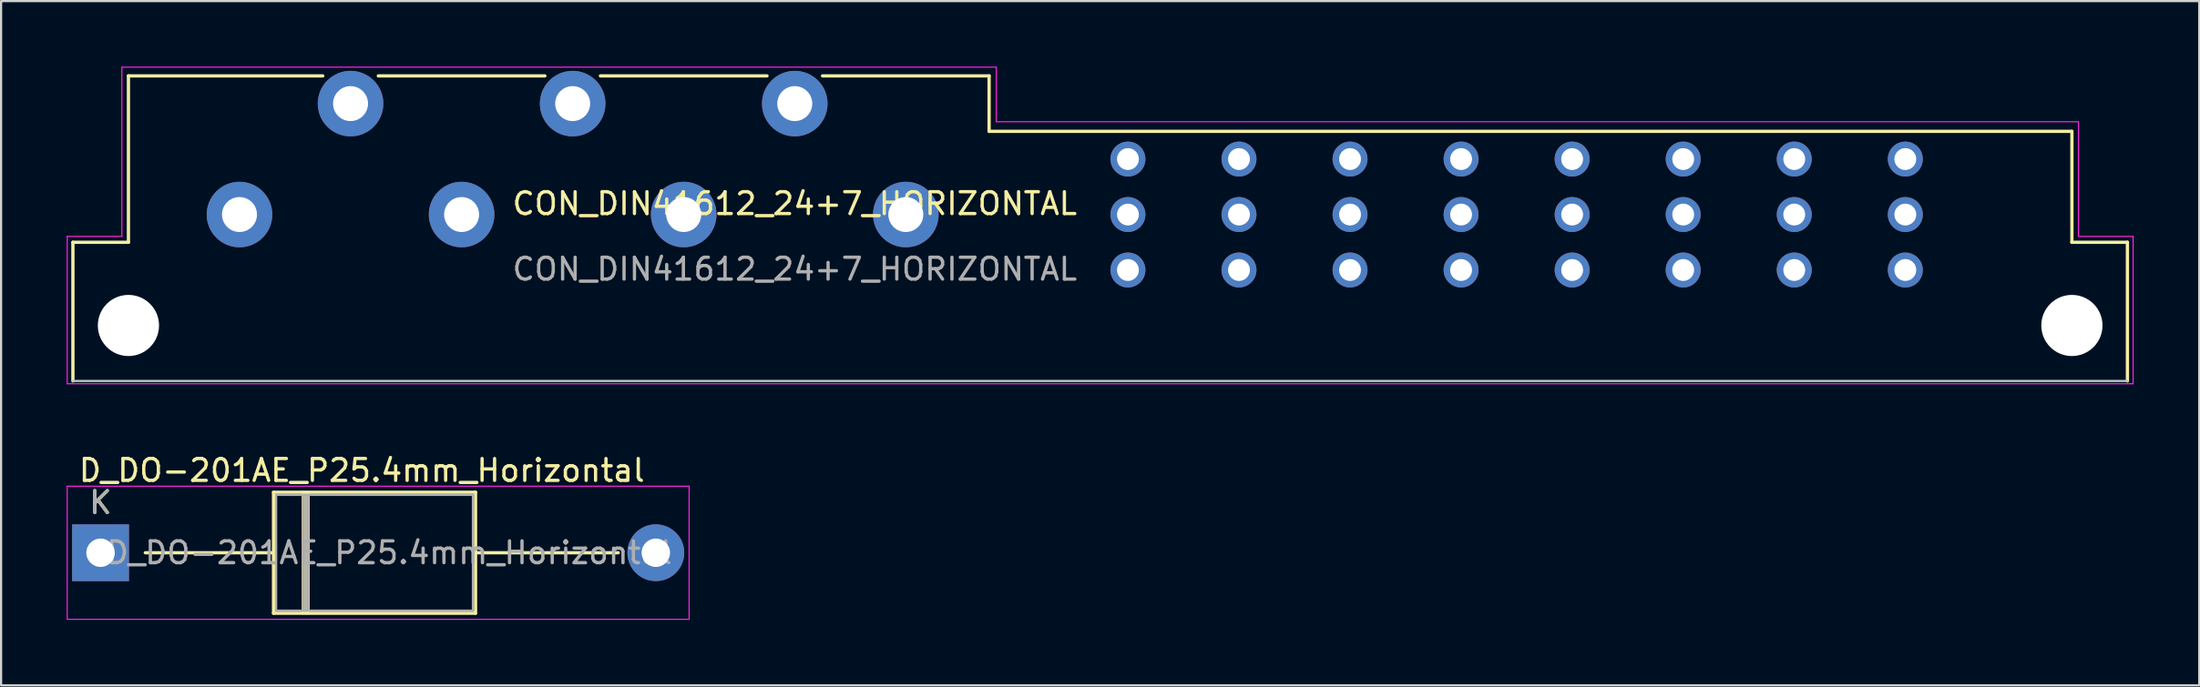
<source format=kicad_pcb>
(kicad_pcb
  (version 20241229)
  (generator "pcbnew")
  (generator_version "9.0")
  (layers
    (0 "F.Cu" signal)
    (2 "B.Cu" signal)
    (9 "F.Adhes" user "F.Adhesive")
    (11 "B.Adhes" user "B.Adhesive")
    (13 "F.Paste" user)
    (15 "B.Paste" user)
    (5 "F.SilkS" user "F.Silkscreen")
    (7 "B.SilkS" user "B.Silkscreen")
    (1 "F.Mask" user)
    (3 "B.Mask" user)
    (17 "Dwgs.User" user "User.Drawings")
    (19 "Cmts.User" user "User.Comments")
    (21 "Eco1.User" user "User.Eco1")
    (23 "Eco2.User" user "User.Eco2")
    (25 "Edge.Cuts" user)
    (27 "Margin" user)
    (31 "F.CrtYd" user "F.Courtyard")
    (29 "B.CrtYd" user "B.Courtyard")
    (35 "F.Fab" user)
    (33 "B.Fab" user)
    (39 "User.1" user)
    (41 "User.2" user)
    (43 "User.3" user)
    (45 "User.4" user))
  (footprint "D_DO-201AE_P25.4mm_Horizontal"
    (layer "F.Cu")
    (at 1.549 22.263)
    (property "Reference" "D_DO-201AE_P25.4mm_Horizontal" (at 11.953 -3.77 0) (layer "F.SilkS") (effects (font (size 1 1) (thickness 0.15))))
    (attr through_hole)
    (fp_line (start 2.048 0) (end 7.913 0) (stroke (width 0.15) (type solid)) (layer "F.SilkS"))
    (fp_line (start 7.913 -2.77) (end 7.913 2.77) (stroke (width 0.15) (type solid)) (layer "F.SilkS"))
    (fp_line (start 7.913 2.77) (end 17.153 2.77) (stroke (width 0.15) (type solid)) (layer "F.SilkS"))
    (fp_line (start 9.263 -2.77) (end 9.263 2.77) (stroke (width 0.12) (type solid)) (layer "F.SilkS"))
    (fp_line (start 9.383 -2.77) (end 9.383 2.77) (stroke (width 0.12) (type solid)) (layer "F.SilkS"))
    (fp_line (start 9.503 -2.77) (end 9.503 2.77) (stroke (width 0.12) (type solid)) (layer "F.SilkS"))
    (fp_line (start 17.153 -2.77) (end 7.913 -2.77) (stroke (width 0.15) (type solid)) (layer "F.SilkS"))
    (fp_line (start 17.153 2.77) (end 17.153 -2.77) (stroke (width 0.15) (type solid)) (layer "F.SilkS"))
    (fp_line (start 23.681 0) (end 17.153 0) (stroke (width 0.15) (type solid)) (layer "F.SilkS"))
    (fp_line (start -1.524 -3.048) (end -1.524 3.048) (stroke (width 0.05) (type solid)) (layer "F.CrtYd"))
    (fp_line (start -1.524 3.048) (end 26.924 3.048) (stroke (width 0.05) (type solid)) (layer "F.CrtYd"))
    (fp_line (start 26.924 -3.048) (end -1.524 -3.048) (stroke (width 0.05) (type solid)) (layer "F.CrtYd"))
    (fp_line (start 26.924 3.048) (end 26.924 -3.048) (stroke (width 0.05) (type solid)) (layer "F.CrtYd"))
    (fp_line (start 8.033 -2.65) (end 8.033 2.65) (stroke (width 0.1) (type solid)) (layer "F.Fab"))
    (fp_line (start 8.033 2.65) (end 17.033 2.65) (stroke (width 0.1) (type solid)) (layer "F.Fab"))
    (fp_line (start 9.283 -2.65) (end 9.283 2.65) (stroke (width 0.1) (type solid)) (layer "F.Fab"))
    (fp_line (start 9.383 -2.65) (end 9.383 2.65) (stroke (width 0.1) (type solid)) (layer "F.Fab"))
    (fp_line (start 9.483 -2.65) (end 9.483 2.65) (stroke (width 0.1) (type solid)) (layer "F.Fab"))
    (fp_line (start 17.033 -2.65) (end 8.033 -2.65) (stroke (width 0.1) (type solid)) (layer "F.Fab"))
    (fp_line (start 17.033 2.65) (end 17.033 -2.65) (stroke (width 0.1) (type solid)) (layer "F.Fab"))
    (fp_text user "K" (at 0 -2.3 0) (layer "F.SilkS") (effects (font (size 1 1) (thickness 0.15))))
    (fp_text user "${REFERENCE}" (at 13.208 0 0) (layer "F.Fab") (effects (font (size 1 1) (thickness 0.15))))
    (fp_text user "K" (at 0 -2.3 0) (layer "F.Fab") (effects (font (size 1 1) (thickness 0.15))))
    (pad "1" thru_hole rect (at 0 0) (size 2.6 2.6) (drill 1.3) (layers "*.Cu" "*.Mask"))
    (pad "2" thru_hole oval (at 25.4 0) (size 2.6 2.6) (drill 1.3) (layers "*.Cu" "*.Mask")))
  (footprint "CON_DIN41612_24+7_HORIZONTAL"
    (layer "F.Cu")
    (at 47.275 14.395)
    (property "Reference" "CON_DIN41612_24+7_HORIZONTAL" (at -13.97 -8.12 0) (unlocked yes) (layer "F.SilkS") (effects (font (size 1 1) (thickness 0.15))))
    (attr through_hole)
    (fp_line (start -46.99 -6.35) (end -44.45 -6.35) (stroke (width 0.15) (type default)) (layer "F.SilkS"))
    (fp_line (start -46.99 0) (end -46.99 -6.35) (stroke (width 0.15) (type default)) (layer "F.SilkS"))
    (fp_line (start -44.45 -13.97) (end -35.56 -13.97) (stroke (width 0.15) (type default)) (layer "F.SilkS"))
    (fp_line (start -44.45 -6.35) (end -44.45 -13.97) (stroke (width 0.15) (type default)) (layer "F.SilkS"))
    (fp_line (start -33.02 -13.97) (end -25.4 -13.97) (stroke (width 0.15) (type default)) (layer "F.SilkS"))
    (fp_line (start -22.86 -13.97) (end -15.24 -13.97) (stroke (width 0.15) (type default)) (layer "F.SilkS"))
    (fp_line (start -5.08 -13.97) (end -12.7 -13.97) (stroke (width 0.15) (type default)) (layer "F.SilkS"))
    (fp_line (start -5.08 -13.97) (end -5.08 -11.43) (stroke (width 0.15) (type default)) (layer "F.SilkS"))
    (fp_line (start -5.08 -11.43) (end 44.45 -11.43) (stroke (width 0.15) (type default)) (layer "F.SilkS"))
    (fp_line (start 44.45 -11.43) (end 44.45 -6.35) (stroke (width 0.15) (type default)) (layer "F.SilkS"))
    (fp_line (start 46.99 -6.35) (end 44.45 -6.35) (stroke (width 0.15) (type default)) (layer "F.SilkS"))
    (fp_line (start 46.99 0) (end 46.99 -6.35) (stroke (width 0.15) (type default)) (layer "F.SilkS"))
    (fp_line (start 46.99 0) (end -46.99 0) (stroke (width 0.1) (type default)) (layer "Dwgs.User"))
    (fp_line (start -47.25 -6.62) (end -44.75 -6.62) (stroke (width 0.05) (type default)) (layer "F.CrtYd"))
    (fp_line (start -47.25 0.13) (end -47.25 -6.62) (stroke (width 0.05) (type default)) (layer "F.CrtYd"))
    (fp_line (start -44.75 -14.37) (end -4.75 -14.37) (stroke (width 0.05) (type default)) (layer "F.CrtYd"))
    (fp_line (start -44.75 -6.62) (end -44.75 -14.37) (stroke (width 0.05) (type default)) (layer "F.CrtYd"))
    (fp_line (start -4.75 -14.37) (end -4.75 -11.87) (stroke (width 0.05) (type default)) (layer "F.CrtYd"))
    (fp_line (start -4.75 -11.87) (end 44.75 -11.87) (stroke (width 0.05) (type default)) (layer "F.CrtYd"))
    (fp_line (start 44.75 -11.87) (end 44.75 -6.62) (stroke (width 0.05) (type default)) (layer "F.CrtYd"))
    (fp_line (start 44.75 -6.62) (end 47.25 -6.62) (stroke (width 0.05) (type default)) (layer "F.CrtYd"))
    (fp_line (start 47.25 -6.62) (end 47.25 0.13) (stroke (width 0.05) (type default)) (layer "F.CrtYd"))
    (fp_line (start 47.25 0.13) (end -47.25 0.13) (stroke (width 0.05) (type default)) (layer "F.CrtYd"))
    (fp_text user "${REFERENCE}" (at -13.97 -5.12 0) (unlocked yes) (layer "F.Fab") (effects (font (size 1 1) (thickness 0.15))))
    (pad "" np_thru_hole circle (at -44.45 -2.54) (size 2.8 2.8) (drill 2.8) (layers "*.Cu" "*.Mask"))
    (pad "" np_thru_hole circle (at 44.45 -2.54) (size 2.8 2.8) (drill 2.8) (layers "*.Cu" "*.Mask"))
    (pad "B2" thru_hole circle (at 36.83 -7.62) (size 1.6 1.6) (drill 1) (layers "*.Cu" "*.Mask"))
    (pad "B4" thru_hole circle (at 31.75 -7.62) (size 1.6 1.6) (drill 1) (layers "*.Cu" "*.Mask"))
    (pad "B6" thru_hole circle (at 26.67 -7.62) (size 1.6 1.6) (drill 1) (layers "*.Cu" "*.Mask"))
    (pad "B8" thru_hole circle (at 21.59 -7.62) (size 1.6 1.6) (drill 1) (layers "*.Cu" "*.Mask"))
    (pad "B10" thru_hole circle (at 16.51 -7.62) (size 1.6 1.6) (drill 1) (layers "*.Cu" "*.Mask"))
    (pad "B12" thru_hole circle (at 11.43 -7.62) (size 1.6 1.6) (drill 1) (layers "*.Cu" "*.Mask"))
    (pad "B14" thru_hole circle (at 6.35 -7.62) (size 1.6 1.6) (drill 1) (layers "*.Cu" "*.Mask"))
    (pad "B16" thru_hole circle (at 1.27 -7.62) (size 1.6 1.6) (drill 1) (layers "*.Cu" "*.Mask"))
    (pad "D2" thru_hole circle (at 36.83 -10.16) (size 1.6 1.6) (drill 1) (layers "*.Cu" "*.Mask"))
    (pad "D4" thru_hole circle (at 31.75 -10.16) (size 1.6 1.6) (drill 1) (layers "*.Cu" "*.Mask"))
    (pad "D6" thru_hole circle (at 26.67 -10.16) (size 1.6 1.6) (drill 1) (layers "*.Cu" "*.Mask"))
    (pad "D8" thru_hole circle (at 21.59 -10.16) (size 1.6 1.6) (drill 1) (layers "*.Cu" "*.Mask"))
    (pad "D10" thru_hole circle (at 16.51 -10.16) (size 1.6 1.6) (drill 1) (layers "*.Cu" "*.Mask"))
    (pad "D12" thru_hole circle (at 11.43 -10.16) (size 1.6 1.6) (drill 1) (layers "*.Cu" "*.Mask"))
    (pad "D14" thru_hole circle (at 6.35 -10.16) (size 1.6 1.6) (drill 1) (layers "*.Cu" "*.Mask"))
    (pad "D16" thru_hole circle (at 1.27 -10.16) (size 1.6 1.6) (drill 1) (layers "*.Cu" "*.Mask"))
    (pad "D22" thru_hole circle (at -13.97 -12.7) (size 3 3) (drill 1.6) (layers "*.Cu" "*.Mask"))
    (pad "D26" thru_hole circle (at -24.13 -12.7) (size 3 3) (drill 1.6) (layers "*.Cu" "*.Mask"))
    (pad "D30" thru_hole circle (at -34.29 -12.7) (size 3 3) (drill 1.6) (layers "*.Cu" "*.Mask"))
    (pad "Z2" thru_hole circle (at 36.83 -5.08) (size 1.6 1.6) (drill 1) (layers "*.Cu" "*.Mask"))
    (pad "Z4" thru_hole circle (at 31.75 -5.08) (size 1.6 1.6) (drill 1) (layers "*.Cu" "*.Mask"))
    (pad "Z6" thru_hole circle (at 26.67 -5.08) (size 1.6 1.6) (drill 1) (layers "*.Cu" "*.Mask"))
    (pad "Z8" thru_hole circle (at 21.59 -5.08) (size 1.6 1.6) (drill 1) (layers "*.Cu" "*.Mask"))
    (pad "Z10" thru_hole circle (at 16.51 -5.08) (size 1.6 1.6) (drill 1) (layers "*.Cu" "*.Mask"))
    (pad "Z12" thru_hole circle (at 11.43 -5.08) (size 1.6 1.6) (drill 1) (layers "*.Cu" "*.Mask"))
    (pad "Z14" thru_hole circle (at 6.35 -5.08) (size 1.6 1.6) (drill 1) (layers "*.Cu" "*.Mask"))
    (pad "Z16" thru_hole circle (at 1.27 -5.08) (size 1.6 1.6) (drill 1) (layers "*.Cu" "*.Mask"))
    (pad "Z20" thru_hole circle (at -8.89 -7.62) (size 3 3) (drill 1.6) (layers "*.Cu" "*.Mask"))
    (pad "Z24" thru_hole circle (at -19.05 -7.62) (size 3 3) (drill 1.6) (layers "*.Cu" "*.Mask"))
    (pad "Z28" thru_hole circle (at -29.21 -7.62) (size 3 3) (drill 1.6) (layers "*.Cu" "*.Mask"))
    (pad "Z32" thru_hole circle (at -39.37 -7.62) (size 3 3) (drill 1.6) (layers "*.Cu" "*.Mask")))
  (gr_rect
    (start -3 -3)
    (end 97.55 28.336)
    (stroke (width 0.1) (type default))
    (fill no)
    (layer "Edge.Cuts")))
</source>
